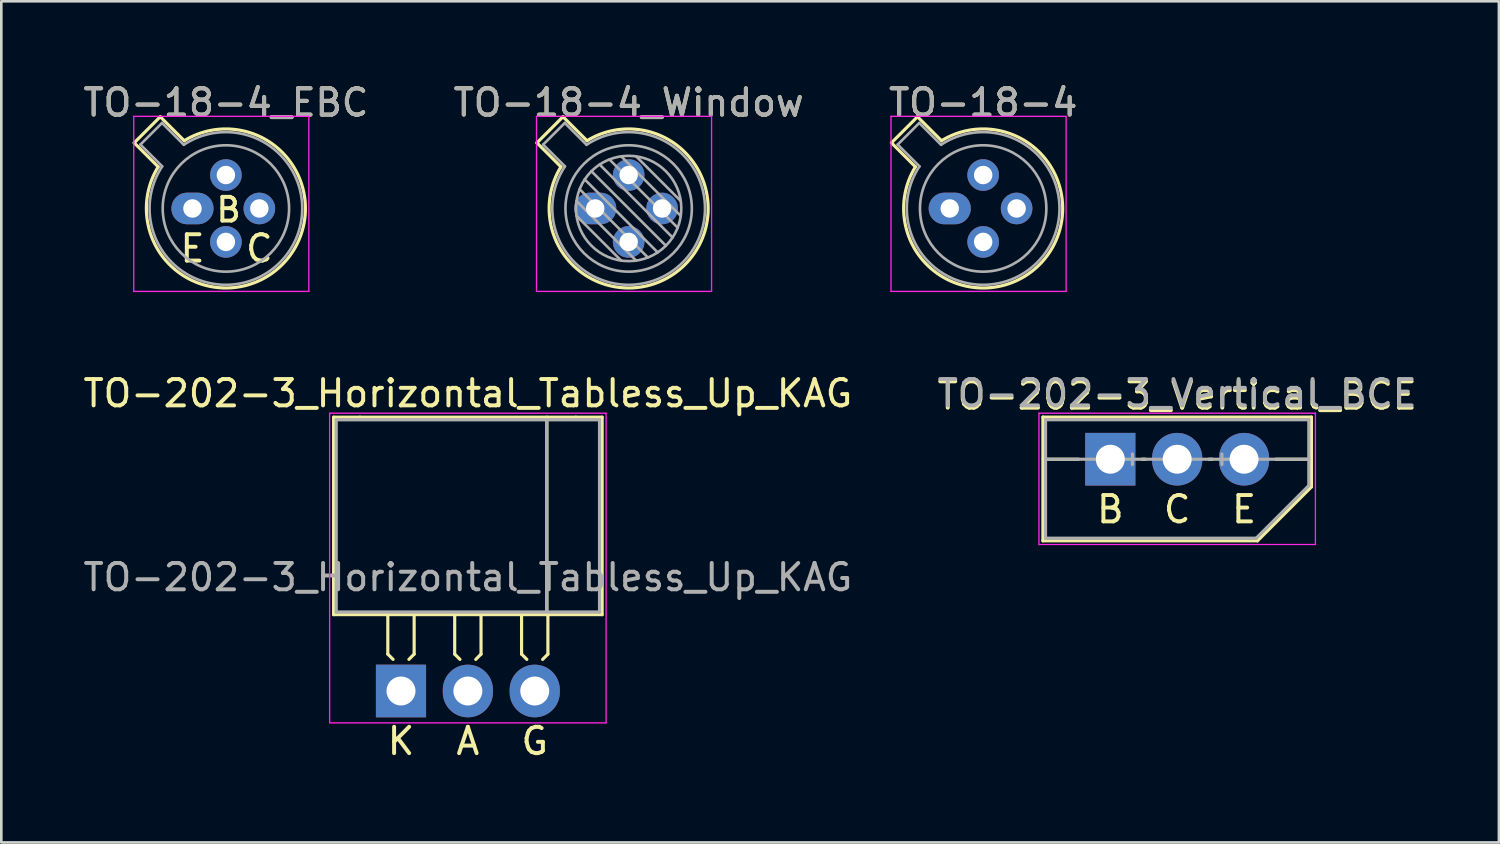
<source format=kicad_pcb>
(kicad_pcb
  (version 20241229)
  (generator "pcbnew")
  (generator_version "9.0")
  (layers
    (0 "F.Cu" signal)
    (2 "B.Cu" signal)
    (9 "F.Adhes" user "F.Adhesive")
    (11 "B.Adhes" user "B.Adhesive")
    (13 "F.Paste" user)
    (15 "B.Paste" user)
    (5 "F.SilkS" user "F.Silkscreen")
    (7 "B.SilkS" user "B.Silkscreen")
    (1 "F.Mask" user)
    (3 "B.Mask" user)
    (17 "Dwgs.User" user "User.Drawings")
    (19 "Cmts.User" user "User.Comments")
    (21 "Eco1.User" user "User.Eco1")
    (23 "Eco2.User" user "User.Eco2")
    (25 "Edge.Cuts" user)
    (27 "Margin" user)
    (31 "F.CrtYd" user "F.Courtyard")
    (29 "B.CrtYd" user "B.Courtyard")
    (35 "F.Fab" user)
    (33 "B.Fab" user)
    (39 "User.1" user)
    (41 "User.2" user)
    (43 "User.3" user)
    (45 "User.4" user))
  (footprint "TO-202-3_Horizontal_Tabless_Up_KAG"
    (layer "F.Cu")
    (at 12.18 23.195)
    (property "Reference" "TO-202-3_Horizontal_Tabless_Up_KAG" (at 2.54 -11.303 0) (layer "F.SilkS") (effects (font (size 1 1) (thickness 0.15))))
    (fp_line (start -2.56 -10.4) (end -1.56 -10.4) (stroke (width 0.12) (type solid)) (layer "F.SilkS"))
    (fp_line (start -2.56 -2.9) (end -2.56 -10.4) (stroke (width 0.12) (type solid)) (layer "F.SilkS"))
    (fp_line (start -1.56 -10.4) (end 6.64 -10.4) (stroke (width 0.12) (type solid)) (layer "F.SilkS"))
    (fp_line (start -0.5 -2.9) (end -0.5 -1.4) (stroke (width 0.12) (type solid)) (layer "F.SilkS"))
    (fp_line (start -0.5 -1.4) (end -0.3 -1.2) (stroke (width 0.12) (type solid)) (layer "F.SilkS"))
    (fp_line (start 0.5 -2.9) (end 0.5 -1.4) (stroke (width 0.12) (type solid)) (layer "F.SilkS"))
    (fp_line (start 0.5 -1.4) (end 0.3 -1.2) (stroke (width 0.12) (type solid)) (layer "F.SilkS"))
    (fp_line (start 2.04 -2.9) (end 2.04 -1.4) (stroke (width 0.12) (type solid)) (layer "F.SilkS"))
    (fp_line (start 2.04 -1.4) (end 2.24 -1.2) (stroke (width 0.12) (type solid)) (layer "F.SilkS"))
    (fp_line (start 3.04 -2.9) (end 3.04 -1.4) (stroke (width 0.12) (type solid)) (layer "F.SilkS"))
    (fp_line (start 3.04 -1.4) (end 2.84 -1.2) (stroke (width 0.12) (type solid)) (layer "F.SilkS"))
    (fp_line (start 4.58 -2.9) (end 4.58 -1.4) (stroke (width 0.12) (type solid)) (layer "F.SilkS"))
    (fp_line (start 4.58 -1.4) (end 4.78 -1.2) (stroke (width 0.12) (type solid)) (layer "F.SilkS"))
    (fp_line (start 5.54 -10.4) (end 5.54 -2.9) (stroke (width 0.12) (type solid)) (layer "F.SilkS"))
    (fp_line (start 5.58 -2.9) (end 5.58 -1.4) (stroke (width 0.12) (type solid)) (layer "F.SilkS"))
    (fp_line (start 5.58 -1.4) (end 5.38 -1.2) (stroke (width 0.12) (type solid)) (layer "F.SilkS"))
    (fp_line (start 6.64 -10.4) (end 7.64 -10.4) (stroke (width 0.12) (type solid)) (layer "F.SilkS"))
    (fp_line (start 7.64 -10.4) (end 7.64 -2.9) (stroke (width 0.12) (type solid)) (layer "F.SilkS"))
    (fp_line (start 7.64 -2.9) (end -2.56 -2.9) (stroke (width 0.12) (type solid)) (layer "F.SilkS"))
    (fp_line (start -2.71 -10.55) (end -2.71 1.21) (stroke (width 0.05) (type solid)) (layer "F.CrtYd"))
    (fp_line (start -2.71 1.21) (end 7.79 1.21) (stroke (width 0.05) (type solid)) (layer "F.CrtYd"))
    (fp_line (start 7.79 -10.55) (end -2.71 -10.55) (stroke (width 0.05) (type solid)) (layer "F.CrtYd"))
    (fp_line (start 7.79 1.21) (end 7.79 -10.55) (stroke (width 0.05) (type solid)) (layer "F.CrtYd"))
    (fp_line (start -2.46 -10.3) (end -2.46 -3) (stroke (width 0.12) (type solid)) (layer "F.Fab"))
    (fp_line (start -2.46 -3) (end 7.54 -3) (stroke (width 0.12) (type solid)) (layer "F.Fab"))
    (fp_line (start 5.54 -3) (end 5.54 -10.3) (stroke (width 0.12) (type solid)) (layer "F.Fab"))
    (fp_line (start 7.54 -10.3) (end -2.46 -10.3) (stroke (width 0.12) (type solid)) (layer "F.Fab"))
    (fp_line (start 7.54 -3) (end 7.54 -10.3) (stroke (width 0.12) (type solid)) (layer "F.Fab"))
    (fp_text user "A" (at 2.54 1.905 0) (unlocked yes) (layer "F.SilkS") (effects (font (size 1 1) (thickness 0.15))))
    (fp_text user "G" (at 5.08 1.905 0) (unlocked yes) (layer "F.SilkS") (effects (font (size 1 1) (thickness 0.15))))
    (fp_text user "K" (at 0 1.905 0) (unlocked yes) (layer "F.SilkS") (effects (font (size 1 1) (thickness 0.15))))
    (fp_text user "${REFERENCE}" (at 2.54 -4.318 0) (layer "F.Fab") (effects (font (size 1 1) (thickness 0.15))))
    (pad "1" thru_hole rect (at 0 0) (size 1.905 2) (drill 1.1) (layers "*.Cu" "*.Mask"))
    (pad "2" thru_hole oval (at 2.54 0) (size 1.905 2) (drill 1.1) (layers "*.Cu" "*.Mask"))
    (pad "3" thru_hole oval (at 5.08 0) (size 1.905 2) (drill 1.1) (layers "*.Cu" "*.Mask")))
  (footprint "TO-18-4"
    (layer "F.Cu")
    (at 33.022 4.868)
    (property "Reference" "TO-18-4" (at 1.27 -4.02 0) (layer "F.SilkS") (effects (font (size 1 1) (thickness 0.15))))
    (attr through_hole)
    (fp_line (start -2.214 -2.494) (end -1.302 -1.582) (stroke (width 0.12) (type solid)) (layer "F.SilkS"))
    (fp_line (start -1.224 -3.484) (end -2.214 -2.494) (stroke (width 0.12) (type solid)) (layer "F.SilkS"))
    (fp_line (start -0.312 -2.572) (end -1.224 -3.484) (stroke (width 0.12) (type solid)) (layer "F.SilkS"))
    (fp_arc (start -0.312331 -2.572281) (mid 3.405374 2.135551) (end -1.30215 -1.582544) (stroke (width 0.12) (type solid)) (layer "F.SilkS"))
    (fp_line (start -2.23 -3.5) (end -2.23 3.15) (stroke (width 0.05) (type solid)) (layer "F.CrtYd"))
    (fp_line (start -2.23 3.15) (end 4.42 3.15) (stroke (width 0.05) (type solid)) (layer "F.CrtYd"))
    (fp_line (start 4.42 -3.5) (end -2.23 -3.5) (stroke (width 0.05) (type solid)) (layer "F.CrtYd"))
    (fp_line (start 4.42 3.15) (end 4.42 -3.5) (stroke (width 0.05) (type solid)) (layer "F.CrtYd"))
    (fp_line (start -1.977 -2.426) (end -1.149 -1.599) (stroke (width 0.1) (type solid)) (layer "F.Fab"))
    (fp_line (start -1.156 -3.247) (end -1.977 -2.426) (stroke (width 0.1) (type solid)) (layer "F.Fab"))
    (fp_line (start -0.329 -2.419) (end -1.156 -3.247) (stroke (width 0.1) (type solid)) (layer "F.Fab"))
    (fp_arc (start -0.329057 -2.419301) (mid 3.321076 2.050143) (end -1.150029 -1.597956) (stroke (width 0.1) (type solid)) (layer "F.Fab"))
    (fp_circle (center 1.27 0) (end 3.67 0) (stroke (width 0.1) (type solid)) (fill no) (layer "F.Fab"))
    (fp_text user "${REFERENCE}" (at 1.27 -4.02 0) (layer "F.Fab") (effects (font (size 1 1) (thickness 0.15))))
    (pad "1" thru_hole oval (at 0 0) (size 1.6 1.2) (drill 0.7) (layers "*.Cu" "*.Mask"))
    (pad "2" thru_hole oval (at 1.27 1.27) (size 1.2 1.2) (drill 0.7) (layers "*.Cu" "*.Mask"))
    (pad "3" thru_hole oval (at 2.54 0) (size 1.2 1.2) (drill 0.7) (layers "*.Cu" "*.Mask"))
    (pad "4" thru_hole oval (at 1.27 -1.27) (size 1.2 1.2) (drill 0.7) (layers "*.Cu" "*.Mask")))
  (footprint "TO-18-4_Window"
    (layer "F.Cu")
    (at 19.557 4.868)
    (property "Reference" "TO-18-4_Window" (at 1.27 -4.02 0) (layer "F.SilkS") (effects (font (size 1 1) (thickness 0.15))))
    (attr through_hole)
    (fp_line (start -2.214 -2.494) (end -1.302 -1.582) (stroke (width 0.12) (type solid)) (layer "F.SilkS"))
    (fp_line (start -1.224 -3.484) (end -2.214 -2.494) (stroke (width 0.12) (type solid)) (layer "F.SilkS"))
    (fp_line (start -0.312 -2.572) (end -1.224 -3.484) (stroke (width 0.12) (type solid)) (layer "F.SilkS"))
    (fp_arc (start -0.312331 -2.572281) (mid 3.405374 2.135551) (end -1.30215 -1.582544) (stroke (width 0.12) (type solid)) (layer "F.SilkS"))
    (fp_line (start -2.23 -3.5) (end -2.23 3.15) (stroke (width 0.05) (type solid)) (layer "F.CrtYd"))
    (fp_line (start -2.23 3.15) (end 4.42 3.15) (stroke (width 0.05) (type solid)) (layer "F.CrtYd"))
    (fp_line (start 4.42 -3.5) (end -2.23 -3.5) (stroke (width 0.05) (type solid)) (layer "F.CrtYd"))
    (fp_line (start 4.42 3.15) (end 4.42 -3.5) (stroke (width 0.05) (type solid)) (layer "F.CrtYd"))
    (fp_line (start -1.977 -2.426) (end -1.149 -1.599) (stroke (width 0.1) (type solid)) (layer "F.Fab"))
    (fp_line (start -1.156 -3.247) (end -1.977 -2.426) (stroke (width 0.1) (type solid)) (layer "F.Fab"))
    (fp_line (start -0.71 -0.283) (end 1.553 1.98) (stroke (width 0.1) (type solid)) (layer "F.Fab"))
    (fp_line (start -0.71 0.283) (end 0.987 1.98) (stroke (width 0.1) (type solid)) (layer "F.Fab"))
    (fp_line (start -0.592 -0.731) (end 2.001 1.862) (stroke (width 0.1) (type solid)) (layer "F.Fab"))
    (fp_line (start -0.399 -1.103) (end 2.373 1.669) (stroke (width 0.1) (type solid)) (layer "F.Fab"))
    (fp_line (start -0.329 -2.419) (end -1.156 -3.247) (stroke (width 0.1) (type solid)) (layer "F.Fab"))
    (fp_line (start -0.145 -1.415) (end 2.685 1.415) (stroke (width 0.1) (type solid)) (layer "F.Fab"))
    (fp_line (start 0.167 -1.669) (end 2.939 1.103) (stroke (width 0.1) (type solid)) (layer "F.Fab"))
    (fp_line (start 0.539 -1.862) (end 3.132 0.731) (stroke (width 0.1) (type solid)) (layer "F.Fab"))
    (fp_line (start 0.987 -1.98) (end 3.25 0.283) (stroke (width 0.1) (type solid)) (layer "F.Fab"))
    (fp_line (start 1.553 -1.98) (end 3.25 -0.283) (stroke (width 0.1) (type solid)) (layer "F.Fab"))
    (fp_arc (start -0.329057 -2.419301) (mid 3.321076 2.050143) (end -1.150029 -1.597956) (stroke (width 0.1) (type solid)) (layer "F.Fab"))
    (fp_circle (center 1.27 0) (end 3.27 0) (stroke (width 0.1) (type solid)) (fill no) (layer "F.Fab"))
    (fp_circle (center 1.27 0) (end 3.67 0) (stroke (width 0.1) (type solid)) (fill no) (layer "F.Fab"))
    (fp_text user "${REFERENCE}" (at 1.27 -4.02 0) (layer "F.Fab") (effects (font (size 1 1) (thickness 0.15))))
    (pad "1" thru_hole oval (at 0 0) (size 1.6 1.2) (drill 0.7) (layers "*.Cu" "*.Mask"))
    (pad "2" thru_hole oval (at 1.27 1.27) (size 1.2 1.2) (drill 0.7) (layers "*.Cu" "*.Mask"))
    (pad "3" thru_hole oval (at 2.54 0) (size 1.2 1.2) (drill 0.7) (layers "*.Cu" "*.Mask"))
    (pad "4" thru_hole oval (at 1.27 -1.27) (size 1.2 1.2) (drill 0.7) (layers "*.Cu" "*.Mask")))
  (footprint "TO-202-3_Vertical_BCE"
    (layer "F.Cu")
    (at 39.121 14.392)
    (property "Reference" "TO-202-3_Vertical_BCE" (at 2.54 -2.413 0) (layer "F.SilkS") (effects (font (size 1 1) (thickness 0.15))))
    (attr through_hole)
    (fp_line (start -2.56 -1.6) (end 7.64 -1.6) (stroke (width 0.12) (type solid)) (layer "F.SilkS"))
    (fp_line (start -2.56 3.1) (end -2.56 -1.6) (stroke (width 0.12) (type solid)) (layer "F.SilkS"))
    (fp_line (start -1.206 0) (end -2.54 0) (stroke (width 0.12) (type solid)) (layer "F.SilkS"))
    (fp_line (start 1.333 0) (end 1.206 0) (stroke (width 0.12) (type solid)) (layer "F.SilkS"))
    (fp_line (start 3.747 0) (end 3.873 0) (stroke (width 0.12) (type solid)) (layer "F.SilkS"))
    (fp_line (start 5.59 3.1) (end -2.56 3.1) (stroke (width 0.12) (type solid)) (layer "F.SilkS"))
    (fp_line (start 6.287 0) (end 7.62 0) (stroke (width 0.12) (type solid)) (layer "F.SilkS"))
    (fp_line (start 7.64 -1.6) (end 7.64 1.05) (stroke (width 0.12) (type solid)) (layer "F.SilkS"))
    (fp_line (start 7.64 1.05) (end 5.59 3.1) (stroke (width 0.12) (type solid)) (layer "F.SilkS"))
    (fp_line (start -2.71 -1.749) (end -2.71 3.239) (stroke (width 0.05) (type solid)) (layer "F.CrtYd"))
    (fp_line (start -2.71 3.239) (end 7.79 3.239) (stroke (width 0.05) (type solid)) (layer "F.CrtYd"))
    (fp_line (start 7.79 -1.749) (end -2.71 -1.749) (stroke (width 0.05) (type solid)) (layer "F.CrtYd"))
    (fp_line (start 7.79 3.239) (end 7.79 -1.749) (stroke (width 0.05) (type solid)) (layer "F.CrtYd"))
    (fp_line (start -2.46 -1.5) (end -2.46 3) (stroke (width 0.12) (type solid)) (layer "F.Fab"))
    (fp_line (start -2.46 -1.5) (end 7.54 -1.5) (stroke (width 0.12) (type solid)) (layer "F.Fab"))
    (fp_line (start -2.46 3) (end 5.54 3) (stroke (width 0.12) (type solid)) (layer "F.Fab"))
    (fp_line (start 0.84 -0.2) (end 0.84 0.2) (stroke (width 0.12) (type solid)) (layer "F.Fab"))
    (fp_line (start 4.24 -0.2) (end 4.24 0.2) (stroke (width 0.12) (type solid)) (layer "F.Fab"))
    (fp_line (start 7.54 -1.5) (end 7.54 1) (stroke (width 0.12) (type solid)) (layer "F.Fab"))
    (fp_line (start 7.54 0) (end -2.46 0) (stroke (width 0.12) (type solid)) (layer "F.Fab"))
    (fp_line (start 7.54 1) (end 5.54 3) (stroke (width 0.12) (type solid)) (layer "F.Fab"))
    (fp_text user "C" (at 2.54 1.905 0) (unlocked yes) (layer "F.SilkS") (effects (font (size 1 1) (thickness 0.15))))
    (fp_text user "E" (at 5.08 1.905 0) (unlocked yes) (layer "F.SilkS") (effects (font (size 1 1) (thickness 0.15))))
    (fp_text user "B" (at 0 1.905 0) (unlocked yes) (layer "F.SilkS") (effects (font (size 1 1) (thickness 0.15))))
    (fp_text user "${REFERENCE}" (at 2.54 -2.5 0) (layer "F.Fab") (effects (font (size 1 1) (thickness 0.15))))
    (pad "1" thru_hole rect (at 0 0) (size 1.905 2) (drill 1.1) (layers "*.Cu" "*.Mask"))
    (pad "2" thru_hole oval (at 2.54 0) (size 1.905 2) (drill 1.1) (layers "*.Cu" "*.Mask"))
    (pad "3" thru_hole oval (at 5.08 0) (size 1.905 2) (drill 1.1) (layers "*.Cu" "*.Mask")))
  (footprint "TO-18-4_EBC"
    (layer "F.Cu")
    (at 4.26 4.868)
    (property "Reference" "TO-18-4_EBC" (at 1.27 -4.02 0) (layer "F.SilkS") (effects (font (size 1 1) (thickness 0.15))))
    (fp_line (start -2.214 -2.494) (end -1.302 -1.582) (stroke (width 0.12) (type solid)) (layer "F.SilkS"))
    (fp_line (start -1.224 -3.484) (end -2.214 -2.494) (stroke (width 0.12) (type solid)) (layer "F.SilkS"))
    (fp_line (start -0.312 -2.572) (end -1.224 -3.484) (stroke (width 0.12) (type solid)) (layer "F.SilkS"))
    (fp_arc (start -0.312331 -2.572281) (mid 3.405374 2.135551) (end -1.30215 -1.582544) (stroke (width 0.12) (type solid)) (layer "F.SilkS"))
    (fp_line (start -2.23 -3.5) (end -2.23 3.15) (stroke (width 0.05) (type solid)) (layer "F.CrtYd"))
    (fp_line (start -2.23 3.15) (end 4.42 3.15) (stroke (width 0.05) (type solid)) (layer "F.CrtYd"))
    (fp_line (start 4.42 -3.5) (end -2.23 -3.5) (stroke (width 0.05) (type solid)) (layer "F.CrtYd"))
    (fp_line (start 4.42 3.15) (end 4.42 -3.5) (stroke (width 0.05) (type solid)) (layer "F.CrtYd"))
    (fp_line (start -1.977 -2.426) (end -1.149 -1.599) (stroke (width 0.1) (type solid)) (layer "F.Fab"))
    (fp_line (start -1.156 -3.247) (end -1.977 -2.426) (stroke (width 0.1) (type solid)) (layer "F.Fab"))
    (fp_line (start -0.329 -2.419) (end -1.156 -3.247) (stroke (width 0.1) (type solid)) (layer "F.Fab"))
    (fp_arc (start -0.329057 -2.419301) (mid 3.321076 2.050143) (end -1.150029 -1.597956) (stroke (width 0.1) (type solid)) (layer "F.Fab"))
    (fp_circle (center 1.27 0) (end 3.67 0) (stroke (width 0.1) (type solid)) (fill no) (layer "F.Fab"))
    (fp_text user "E" (at 0 1.524 0) (unlocked yes) (layer "F.SilkS") (effects (font (size 1 1) (thickness 0.15))))
    (fp_text user "C" (at 2.54 1.524 0) (unlocked yes) (layer "F.SilkS") (effects (font (size 1 1) (thickness 0.15))))
    (fp_text user "B" (at 1.372 0.051 0) (unlocked yes) (layer "F.SilkS") (effects (font (size 0.9 0.9) (thickness 0.15))))
    (fp_text user "${REFERENCE}" (at 1.27 -4.02 0) (layer "F.Fab") (effects (font (size 1 1) (thickness 0.15))))
    (pad "1" thru_hole oval (at 0 0) (size 1.6 1.2) (drill 0.7) (layers "*.Cu" "*.Mask"))
    (pad "2" thru_hole oval (at 1.27 1.27) (size 1.2 1.2) (drill 0.7) (layers "*.Cu" "*.Mask"))
    (pad "3" thru_hole oval (at 2.54 0) (size 1.2 1.2) (drill 0.7) (layers "*.Cu" "*.Mask"))
    (pad "4" thru_hole oval (at 1.27 -1.27) (size 1.2 1.2) (drill 0.7) (layers "*.Cu" "*.Mask")))
  (gr_rect
    (start -3 -3)
    (end 53.881 28.948)
    (stroke (width 0.1) (type default))
    (fill no)
    (layer "Edge.Cuts")))
</source>
